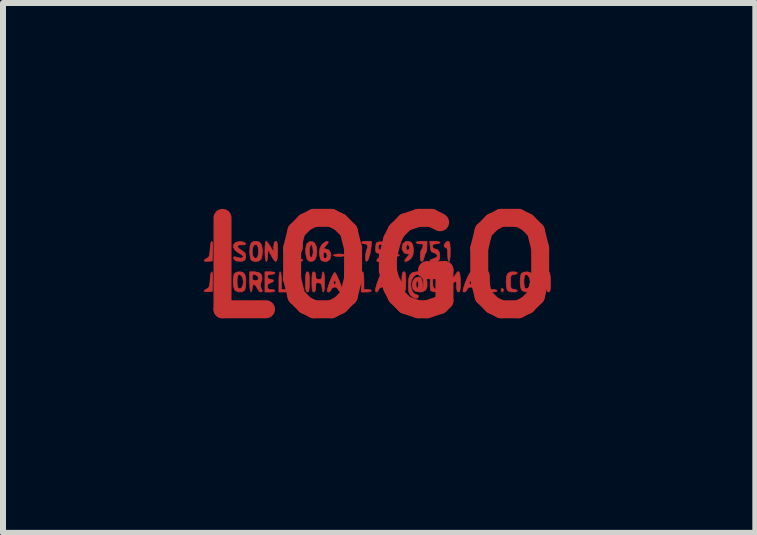
<source format=kicad_pcb>
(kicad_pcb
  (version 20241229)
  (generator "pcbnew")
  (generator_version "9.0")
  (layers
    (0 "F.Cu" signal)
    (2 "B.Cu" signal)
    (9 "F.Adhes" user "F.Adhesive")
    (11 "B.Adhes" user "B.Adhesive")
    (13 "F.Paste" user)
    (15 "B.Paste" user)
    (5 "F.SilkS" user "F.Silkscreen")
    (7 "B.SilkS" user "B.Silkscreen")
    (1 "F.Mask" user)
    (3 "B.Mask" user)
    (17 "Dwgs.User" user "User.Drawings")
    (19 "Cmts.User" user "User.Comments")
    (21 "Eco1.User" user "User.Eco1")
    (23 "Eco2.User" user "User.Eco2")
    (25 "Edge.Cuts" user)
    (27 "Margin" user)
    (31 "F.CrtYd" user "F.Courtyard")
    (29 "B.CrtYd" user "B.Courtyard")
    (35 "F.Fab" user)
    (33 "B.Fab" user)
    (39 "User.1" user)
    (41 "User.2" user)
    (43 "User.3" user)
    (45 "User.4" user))
  (footprint "LOGO"
    (layer "F.Cu")
    (at 3.273 1.418)
    (property "Reference" "LOGO" (at 0 0 0) (layer "F.Cu") (effects (font (size 1.524 1.524) (thickness 0.3))))
    (attr through_hole)
    (fp_poly (pts (xy 2.072 0.356) (xy 2.074 0.37) (xy 2.063 0.399) (xy 2.053 0.402) (xy 2.034 0.385) (xy 2.032 0.37) (xy 2.043 0.342) (xy 2.053 0.339) (xy 2.072 0.356)) (stroke (width 0.01) (type solid)) (fill yes) (layer "F.Cu"))
    (fp_poly (pts (xy -0.61 -0.229) (xy -0.576 -0.218) (xy -0.572 -0.212) (xy -0.59 -0.199) (xy -0.638 -0.191) (xy -0.667 -0.191) (xy -0.724 -0.195) (xy -0.758 -0.205) (xy -0.762 -0.212) (xy -0.743 -0.224) (xy -0.695 -0.232) (xy -0.667 -0.233) (xy -0.61 -0.229)) (stroke (width 0.01) (type solid)) (fill yes) (layer "F.Cu"))
    (fp_poly (pts (xy 0.3 -0.229) (xy 0.334 -0.218) (xy 0.339 -0.212) (xy 0.32 -0.199) (xy 0.272 -0.191) (xy 0.243 -0.191) (xy 0.187 -0.195) (xy 0.153 -0.205) (xy 0.148 -0.212) (xy 0.167 -0.224) (xy 0.215 -0.232) (xy 0.243 -0.233) (xy 0.3 -0.229)) (stroke (width 0.01) (type solid)) (fill yes) (layer "F.Cu"))
    (fp_poly (pts (xy -1.18 0.071) (xy -1.17 0.1) (xy -1.165 0.158) (xy -1.164 0.233) (xy -1.166 0.32) (xy -1.171 0.372) (xy -1.182 0.397) (xy -1.196 0.402) (xy -1.212 0.394) (xy -1.222 0.365) (xy -1.227 0.308) (xy -1.228 0.233) (xy -1.226 0.146) (xy -1.221 0.094) (xy -1.21 0.069) (xy -1.196 0.064) (xy -1.18 0.071)) (stroke (width 0.01) (type solid)) (fill yes) (layer "F.Cu"))
    (fp_poly (pts (xy 1.741 0.071) (xy 1.751 0.1) (xy 1.756 0.158) (xy 1.757 0.233) (xy 1.755 0.32) (xy 1.75 0.372) (xy 1.739 0.397) (xy 1.725 0.402) (xy 1.709 0.394) (xy 1.699 0.365) (xy 1.694 0.308) (xy 1.693 0.233) (xy 1.695 0.146) (xy 1.7 0.094) (xy 1.711 0.069) (xy 1.725 0.064) (xy 1.741 0.071)) (stroke (width 0.01) (type solid)) (fill yes) (layer "F.Cu"))
    (fp_poly (pts (xy -1.64 0.083) (xy -1.633 0.136) (xy -1.63 0.212) (xy -1.63 0.36) (xy -1.566 0.36) (xy -1.522 0.366) (xy -1.503 0.381) (xy -1.503 0.381) (xy -1.522 0.394) (xy -1.569 0.402) (xy -1.587 0.402) (xy -1.672 0.402) (xy -1.672 0.233) (xy -1.67 0.149) (xy -1.663 0.09) (xy -1.653 0.064) (xy -1.651 0.064) (xy -1.64 0.083)) (stroke (width 0.01) (type solid)) (fill yes) (layer "F.Cu"))
    (fp_poly (pts (xy -1.407 0.083) (xy -1.4 0.136) (xy -1.397 0.212) (xy -1.397 0.36) (xy -1.333 0.36) (xy -1.289 0.366) (xy -1.27 0.381) (xy -1.27 0.381) (xy -1.289 0.394) (xy -1.336 0.402) (xy -1.355 0.402) (xy -1.439 0.402) (xy -1.439 0.233) (xy -1.437 0.149) (xy -1.43 0.09) (xy -1.42 0.064) (xy -1.418 0.064) (xy -1.407 0.083)) (stroke (width 0.01) (type solid)) (fill yes) (layer "F.Cu"))
    (fp_poly (pts (xy -0.264 0.083) (xy -0.257 0.136) (xy -0.254 0.212) (xy -0.254 0.36) (xy -0.191 0.36) (xy -0.146 0.366) (xy -0.127 0.381) (xy -0.127 0.381) (xy -0.146 0.394) (xy -0.193 0.402) (xy -0.212 0.402) (xy -0.296 0.402) (xy -0.296 0.233) (xy -0.294 0.149) (xy -0.287 0.09) (xy -0.277 0.064) (xy -0.275 0.064) (xy -0.264 0.083)) (stroke (width 0.01) (type solid)) (fill yes) (layer "F.Cu"))
    (fp_poly (pts (xy 1.831 0.083) (xy 1.839 0.136) (xy 1.841 0.212) (xy 1.841 0.36) (xy 1.905 0.36) (xy 1.95 0.366) (xy 1.968 0.381) (xy 1.968 0.381) (xy 1.95 0.394) (xy 1.903 0.402) (xy 1.884 0.402) (xy 1.799 0.402) (xy 1.799 0.233) (xy 1.802 0.149) (xy 1.808 0.09) (xy 1.818 0.064) (xy 1.82 0.064) (xy 1.831 0.083)) (stroke (width 0.01) (type solid)) (fill yes) (layer "F.Cu"))
    (fp_poly (pts (xy -2.782 -0.425) (xy -2.777 -0.369) (xy -2.777 -0.285) (xy -2.777 -0.28) (xy -2.783 -0.116) (xy -2.852 -0.11) (xy -2.899 -0.11) (xy -2.921 -0.119) (xy -2.921 -0.121) (xy -2.904 -0.142) (xy -2.873 -0.159) (xy -2.846 -0.177) (xy -2.831 -0.207) (xy -2.823 -0.262) (xy -2.819 -0.312) (xy -2.813 -0.381) (xy -2.803 -0.429) (xy -2.792 -0.445) (xy -2.782 -0.425)) (stroke (width 0.01) (type solid)) (fill yes) (layer "F.Cu"))
    (fp_poly (pts (xy -2.782 0.083) (xy -2.777 0.139) (xy -2.777 0.223) (xy -2.777 0.228) (xy -2.783 0.392) (xy -2.852 0.398) (xy -2.899 0.398) (xy -2.921 0.389) (xy -2.921 0.387) (xy -2.904 0.366) (xy -2.873 0.349) (xy -2.846 0.331) (xy -2.831 0.301) (xy -2.823 0.246) (xy -2.819 0.196) (xy -2.813 0.127) (xy -2.803 0.079) (xy -2.792 0.064) (xy -2.782 0.083)) (stroke (width 0.01) (type solid)) (fill yes) (layer "F.Cu"))
    (fp_poly (pts (xy 1.164 -0.441) (xy 1.179 -0.401) (xy 1.185 -0.323) (xy 1.185 -0.275) (xy 1.183 -0.191) (xy 1.176 -0.132) (xy 1.166 -0.106) (xy 1.164 -0.106) (xy 1.153 -0.125) (xy 1.145 -0.174) (xy 1.143 -0.222) (xy 1.14 -0.292) (xy 1.13 -0.329) (xy 1.111 -0.339) (xy 1.084 -0.353) (xy 1.084 -0.387) (xy 1.105 -0.419) (xy 1.14 -0.446) (xy 1.164 -0.441)) (stroke (width 0.01) (type solid)) (fill yes) (layer "F.Cu"))
    (fp_poly (pts (xy -0.134 -0.355) (xy -0.142 -0.291) (xy -0.151 -0.242) (xy -0.154 -0.233) (xy -0.169 -0.184) (xy -0.173 -0.161) (xy -0.191 -0.122) (xy -0.207 -0.111) (xy -0.223 -0.118) (xy -0.229 -0.157) (xy -0.227 -0.198) (xy -0.22 -0.259) (xy -0.21 -0.301) (xy -0.206 -0.309) (xy -0.193 -0.342) (xy -0.191 -0.363) (xy -0.205 -0.394) (xy -0.243 -0.402) (xy -0.283 -0.409) (xy -0.296 -0.423) (xy -0.278 -0.437) (xy -0.231 -0.444) (xy -0.211 -0.445) (xy -0.127 -0.445) (xy -0.134 -0.355)) (stroke (width 0.01) (type solid)) (fill yes) (layer "F.Cu"))
    (fp_poly (pts (xy 2.289 0.07) (xy 2.306 0.086) (xy 2.285 0.102) (xy 2.249 0.11) (xy 2.216 0.116) (xy 2.198 0.134) (xy 2.192 0.172) (xy 2.191 0.233) (xy 2.192 0.3) (xy 2.2 0.335) (xy 2.219 0.351) (xy 2.249 0.356) (xy 2.291 0.367) (xy 2.307 0.382) (xy 2.289 0.397) (xy 2.247 0.402) (xy 2.196 0.398) (xy 2.154 0.385) (xy 2.142 0.377) (xy 2.128 0.343) (xy 2.119 0.282) (xy 2.117 0.233) (xy 2.122 0.147) (xy 2.142 0.095) (xy 2.182 0.069) (xy 2.237 0.064) (xy 2.289 0.07)) (stroke (width 0.01) (type solid)) (fill yes) (layer "F.Cu"))
    (fp_poly (pts (xy 0.796 -0.349) (xy 0.792 -0.292) (xy 0.783 -0.258) (xy 0.779 -0.254) (xy 0.766 -0.236) (xy 0.752 -0.19) (xy 0.75 -0.18) (xy 0.732 -0.123) (xy 0.71 -0.105) (xy 0.692 -0.125) (xy 0.685 -0.182) (xy 0.685 -0.196) (xy 0.69 -0.254) (xy 0.698 -0.291) (xy 0.701 -0.296) (xy 0.717 -0.323) (xy 0.729 -0.355) (xy 0.734 -0.388) (xy 0.714 -0.4) (xy 0.679 -0.402) (xy 0.634 -0.408) (xy 0.614 -0.423) (xy 0.614 -0.423) (xy 0.633 -0.436) (xy 0.68 -0.444) (xy 0.706 -0.445) (xy 0.798 -0.445) (xy 0.796 -0.349)) (stroke (width 0.01) (type solid)) (fill yes) (layer "F.Cu"))
    (fp_poly (pts (xy -1.767 0.068) (xy -1.738 0.08) (xy -1.736 0.085) (xy -1.754 0.1) (xy -1.798 0.106) (xy -1.799 0.106) (xy -1.846 0.112) (xy -1.862 0.137) (xy -1.863 0.148) (xy -1.851 0.181) (xy -1.809 0.19) (xy -1.808 0.191) (xy -1.769 0.2) (xy -1.764 0.222) (xy -1.79 0.243) (xy -1.817 0.25) (xy -1.854 0.27) (xy -1.863 0.308) (xy -1.856 0.345) (xy -1.826 0.359) (xy -1.799 0.36) (xy -1.755 0.366) (xy -1.736 0.381) (xy -1.736 0.381) (xy -1.754 0.394) (xy -1.801 0.402) (xy -1.82 0.402) (xy -1.905 0.402) (xy -1.905 0.064) (xy -1.82 0.064) (xy -1.767 0.068)) (stroke (width 0.01) (type solid)) (fill yes) (layer "F.Cu"))
    (fp_poly (pts (xy -1.709 -0.437) (xy -1.699 -0.408) (xy -1.694 -0.35) (xy -1.693 -0.275) (xy -1.697 -0.178) (xy -1.707 -0.123) (xy -1.726 -0.107) (xy -1.755 -0.132) (xy -1.794 -0.195) (xy -1.799 -0.206) (xy -1.852 -0.306) (xy -1.859 -0.206) (xy -1.866 -0.137) (xy -1.877 -0.108) (xy -1.888 -0.114) (xy -1.898 -0.153) (xy -1.904 -0.222) (xy -1.905 -0.275) (xy -1.903 -0.354) (xy -1.897 -0.413) (xy -1.889 -0.443) (xy -1.886 -0.445) (xy -1.865 -0.428) (xy -1.833 -0.385) (xy -1.813 -0.355) (xy -1.758 -0.265) (xy -1.758 -0.355) (xy -1.752 -0.416) (xy -1.736 -0.442) (xy -1.725 -0.445) (xy -1.709 -0.437)) (stroke (width 0.01) (type solid)) (fill yes) (layer "F.Cu"))
    (fp_poly (pts (xy 0.429 0.071) (xy 0.439 0.1) (xy 0.443 0.158) (xy 0.445 0.233) (xy 0.441 0.33) (xy 0.431 0.385) (xy 0.412 0.401) (xy 0.383 0.376) (xy 0.344 0.313) (xy 0.339 0.302) (xy 0.286 0.202) (xy 0.279 0.302) (xy 0.272 0.371) (xy 0.261 0.4) (xy 0.25 0.394) (xy 0.24 0.355) (xy 0.234 0.286) (xy 0.233 0.233) (xy 0.235 0.154) (xy 0.241 0.095) (xy 0.249 0.065) (xy 0.252 0.064) (xy 0.273 0.08) (xy 0.305 0.123) (xy 0.325 0.153) (xy 0.379 0.243) (xy 0.38 0.153) (xy 0.386 0.092) (xy 0.402 0.066) (xy 0.413 0.064) (xy 0.429 0.071)) (stroke (width 0.01) (type solid)) (fill yes) (layer "F.Cu"))
    (fp_poly (pts (xy -1.304 -0.43) (xy -1.281 -0.41) (xy -1.274 -0.375) (xy -1.281 -0.316) (xy -1.307 -0.252) (xy -1.311 -0.246) (xy -1.343 -0.19) (xy -1.352 -0.161) (xy -1.336 -0.15) (xy -1.312 -0.148) (xy -1.278 -0.139) (xy -1.27 -0.127) (xy -1.289 -0.114) (xy -1.336 -0.106) (xy -1.355 -0.106) (xy -1.41 -0.111) (xy -1.438 -0.125) (xy -1.439 -0.13) (xy -1.429 -0.16) (xy -1.402 -0.213) (xy -1.374 -0.26) (xy -1.338 -0.327) (xy -1.325 -0.372) (xy -1.329 -0.385) (xy -1.359 -0.389) (xy -1.382 -0.372) (xy -1.419 -0.342) (xy -1.436 -0.35) (xy -1.436 -0.386) (xy -1.423 -0.419) (xy -1.389 -0.432) (xy -1.355 -0.434) (xy -1.304 -0.43)) (stroke (width 0.01) (type solid)) (fill yes) (layer "F.Cu"))
    (fp_poly (pts (xy -1.078 -0.416) (xy -1.049 -0.36) (xy -1.039 -0.283) (xy -1.049 -0.197) (xy -1.049 -0.196) (xy -1.069 -0.141) (xy -1.098 -0.116) (xy -1.127 -0.11) (xy -1.174 -0.114) (xy -1.202 -0.147) (xy -1.206 -0.159) (xy -1.224 -0.234) (xy -1.225 -0.264) (xy -1.164 -0.264) (xy -1.16 -0.211) (xy -1.151 -0.184) (xy -1.126 -0.177) (xy -1.108 -0.206) (xy -1.101 -0.265) (xy -1.101 -0.271) (xy -1.106 -0.335) (xy -1.118 -0.377) (xy -1.135 -0.391) (xy -1.151 -0.37) (xy -1.161 -0.323) (xy -1.164 -0.264) (xy -1.225 -0.264) (xy -1.226 -0.315) (xy -1.213 -0.384) (xy -1.2 -0.411) (xy -1.155 -0.44) (xy -1.121 -0.441) (xy -1.078 -0.416)) (stroke (width 0.01) (type solid)) (fill yes) (layer "F.Cu"))
    (fp_poly (pts (xy -1.995 -0.43) (xy -1.962 -0.383) (xy -1.948 -0.302) (xy -1.947 -0.275) (xy -1.953 -0.209) (xy -1.965 -0.155) (xy -1.969 -0.147) (xy -2.007 -0.116) (xy -2.062 -0.106) (xy -2.116 -0.118) (xy -2.134 -0.131) (xy -2.148 -0.165) (xy -2.157 -0.226) (xy -2.159 -0.275) (xy -2.116 -0.275) (xy -2.11 -0.214) (xy -2.093 -0.175) (xy -2.057 -0.156) (xy -2.029 -0.175) (xy -2.014 -0.229) (xy -2.011 -0.275) (xy -2.019 -0.348) (xy -2.04 -0.387) (xy -2.071 -0.391) (xy -2.093 -0.375) (xy -2.11 -0.335) (xy -2.116 -0.275) (xy -2.159 -0.275) (xy -2.159 -0.275) (xy -2.153 -0.362) (xy -2.133 -0.415) (xy -2.094 -0.44) (xy -2.05 -0.445) (xy -1.995 -0.43)) (stroke (width 0.01) (type solid)) (fill yes) (layer "F.Cu"))
    (fp_poly (pts (xy -0.392 -0.44) (xy -0.362 -0.428) (xy -0.36 -0.423) (xy -0.378 -0.408) (xy -0.423 -0.402) (xy -0.423 -0.402) (xy -0.47 -0.396) (xy -0.486 -0.371) (xy -0.487 -0.36) (xy -0.472 -0.324) (xy -0.447 -0.318) (xy -0.396 -0.3) (xy -0.367 -0.25) (xy -0.364 -0.187) (xy -0.372 -0.14) (xy -0.395 -0.119) (xy -0.446 -0.11) (xy -0.45 -0.11) (xy -0.501 -0.11) (xy -0.528 -0.12) (xy -0.529 -0.123) (xy -0.511 -0.14) (xy -0.467 -0.155) (xy -0.464 -0.156) (xy -0.417 -0.178) (xy -0.406 -0.21) (xy -0.431 -0.24) (xy -0.466 -0.254) (xy -0.501 -0.269) (xy -0.518 -0.301) (xy -0.525 -0.355) (xy -0.532 -0.445) (xy -0.446 -0.445) (xy -0.392 -0.44)) (stroke (width 0.01) (type solid)) (fill yes) (layer "F.Cu"))
    (fp_poly (pts (xy 0.984 -0.44) (xy 1.014 -0.428) (xy 1.016 -0.423) (xy 0.998 -0.408) (xy 0.953 -0.402) (xy 0.953 -0.402) (xy 0.906 -0.396) (xy 0.89 -0.371) (xy 0.889 -0.36) (xy 0.904 -0.324) (xy 0.929 -0.318) (xy 0.98 -0.3) (xy 1.009 -0.25) (xy 1.012 -0.187) (xy 1.004 -0.14) (xy 0.981 -0.119) (xy 0.93 -0.11) (xy 0.926 -0.11) (xy 0.875 -0.11) (xy 0.848 -0.12) (xy 0.847 -0.123) (xy 0.865 -0.14) (xy 0.909 -0.155) (xy 0.912 -0.156) (xy 0.959 -0.178) (xy 0.97 -0.21) (xy 0.945 -0.24) (xy 0.91 -0.254) (xy 0.875 -0.269) (xy 0.858 -0.301) (xy 0.851 -0.355) (xy 0.844 -0.445) (xy 0.93 -0.445) (xy 0.984 -0.44)) (stroke (width 0.01) (type solid)) (fill yes) (layer "F.Cu"))
    (fp_poly (pts (xy -2.311 -0.44) (xy -2.259 -0.429) (xy -2.229 -0.409) (xy -2.227 -0.406) (xy -2.233 -0.387) (xy -2.272 -0.383) (xy -2.287 -0.385) (xy -2.343 -0.382) (xy -2.363 -0.362) (xy -2.346 -0.33) (xy -2.297 -0.294) (xy -2.247 -0.259) (xy -2.227 -0.226) (xy -2.227 -0.182) (xy -2.236 -0.138) (xy -2.261 -0.117) (xy -2.309 -0.11) (xy -2.38 -0.116) (xy -2.413 -0.137) (xy -2.43 -0.172) (xy -2.414 -0.187) (xy -2.37 -0.178) (xy -2.365 -0.176) (xy -2.313 -0.163) (xy -2.275 -0.172) (xy -2.265 -0.193) (xy -2.282 -0.213) (xy -2.325 -0.241) (xy -2.34 -0.248) (xy -2.401 -0.292) (xy -2.429 -0.342) (xy -2.426 -0.39) (xy -2.394 -0.426) (xy -2.332 -0.441) (xy -2.311 -0.44)) (stroke (width 0.01) (type solid)) (fill yes) (layer "F.Cu"))
    (fp_poly (pts (xy -2.274 0.073) (xy -2.241 0.106) (xy -2.225 0.168) (xy -2.223 0.233) (xy -2.227 0.303) (xy -2.238 0.357) (xy -2.248 0.377) (xy -2.295 0.4) (xy -2.352 0.399) (xy -2.4 0.377) (xy -2.412 0.361) (xy -2.427 0.311) (xy -2.433 0.242) (xy -2.432 0.198) (xy -2.37 0.198) (xy -2.369 0.259) (xy -2.362 0.313) (xy -2.347 0.343) (xy -2.344 0.345) (xy -2.303 0.341) (xy -2.275 0.303) (xy -2.265 0.235) (xy -2.265 0.233) (xy -2.274 0.17) (xy -2.299 0.126) (xy -2.332 0.11) (xy -2.349 0.116) (xy -2.363 0.145) (xy -2.37 0.198) (xy -2.432 0.198) (xy -2.431 0.17) (xy -2.421 0.113) (xy -2.409 0.089) (xy -2.369 0.069) (xy -2.328 0.064) (xy -2.274 0.073)) (stroke (width 0.01) (type solid)) (fill yes) (layer "F.Cu"))
    (fp_poly (pts (xy 0.102 -0.31) (xy 0.102 -0.228) (xy 0.091 -0.175) (xy 0.072 -0.146) (xy 0.034 -0.118) (xy -0.008 -0.106) (xy -0.037 -0.113) (xy -0.042 -0.126) (xy -0.026 -0.151) (xy 0 -0.169) (xy 0.037 -0.199) (xy 0.032 -0.223) (xy -0.012 -0.242) (xy -0.046 -0.255) (xy -0.06 -0.281) (xy -0.06 -0.33) (xy -0.014 -0.33) (xy -0.014 -0.33) (xy 0.012 -0.301) (xy 0.043 -0.301) (xy 0.063 -0.328) (xy 0.064 -0.337) (xy 0.053 -0.379) (xy 0.04 -0.393) (xy 0.009 -0.394) (xy -0.014 -0.368) (xy -0.014 -0.33) (xy -0.06 -0.33) (xy -0.06 -0.332) (xy -0.059 -0.345) (xy -0.053 -0.401) (xy -0.038 -0.426) (xy -0.004 -0.434) (xy 0.021 -0.434) (xy 0.095 -0.434) (xy 0.102 -0.31)) (stroke (width 0.01) (type solid)) (fill yes) (layer "F.Cu"))
    (fp_poly (pts (xy 0.529 -0.431) (xy 0.56 -0.388) (xy 0.571 -0.312) (xy 0.572 -0.296) (xy 0.565 -0.222) (xy 0.541 -0.172) (xy 0.523 -0.152) (xy 0.478 -0.118) (xy 0.441 -0.105) (xy 0.424 -0.117) (xy 0.423 -0.12) (xy 0.436 -0.144) (xy 0.468 -0.182) (xy 0.469 -0.184) (xy 0.499 -0.218) (xy 0.5 -0.231) (xy 0.474 -0.233) (xy 0.474 -0.233) (xy 0.417 -0.25) (xy 0.386 -0.3) (xy 0.381 -0.339) (xy 0.382 -0.344) (xy 0.448 -0.344) (xy 0.453 -0.305) (xy 0.476 -0.296) (xy 0.502 -0.311) (xy 0.504 -0.344) (xy 0.491 -0.381) (xy 0.476 -0.392) (xy 0.457 -0.374) (xy 0.448 -0.344) (xy 0.382 -0.344) (xy 0.397 -0.403) (xy 0.44 -0.439) (xy 0.476 -0.445) (xy 0.529 -0.431)) (stroke (width 0.01) (type solid)) (fill yes) (layer "F.Cu"))
    (fp_poly (pts (xy 1.022 0.069) (xy 1.054 0.079) (xy 1.052 0.093) (xy 1.011 0.106) (xy 0.979 0.11) (xy 0.932 0.116) (xy 0.907 0.131) (xy 0.897 0.167) (xy 0.893 0.22) (xy 0.895 0.299) (xy 0.911 0.339) (xy 0.914 0.342) (xy 0.961 0.359) (xy 0.988 0.339) (xy 0.995 0.296) (xy 0.989 0.252) (xy 0.974 0.233) (xy 0.974 0.233) (xy 0.953 0.217) (xy 0.953 0.212) (xy 0.971 0.196) (xy 1.005 0.191) (xy 1.037 0.194) (xy 1.052 0.211) (xy 1.058 0.254) (xy 1.058 0.296) (xy 1.058 0.402) (xy 0.962 0.402) (xy 0.893 0.396) (xy 0.857 0.377) (xy 0.855 0.373) (xy 0.851 0.338) (xy 0.849 0.275) (xy 0.851 0.209) (xy 0.857 0.074) (xy 0.958 0.068) (xy 1.022 0.069)) (stroke (width 0.01) (type solid)) (fill yes) (layer "F.Cu"))
    (fp_poly (pts (xy 2.53 0.084) (xy 2.536 0.089) (xy 2.551 0.126) (xy 2.559 0.189) (xy 2.56 0.262) (xy 2.553 0.328) (xy 2.54 0.372) (xy 2.536 0.377) (xy 2.489 0.4) (xy 2.432 0.399) (xy 2.384 0.377) (xy 2.371 0.361) (xy 2.357 0.311) (xy 2.35 0.242) (xy 2.352 0.198) (xy 2.414 0.198) (xy 2.414 0.259) (xy 2.422 0.313) (xy 2.436 0.343) (xy 2.439 0.345) (xy 2.48 0.341) (xy 2.508 0.303) (xy 2.519 0.235) (xy 2.519 0.233) (xy 2.509 0.17) (xy 2.485 0.126) (xy 2.452 0.11) (xy 2.435 0.116) (xy 2.421 0.145) (xy 2.414 0.198) (xy 2.352 0.198) (xy 2.353 0.17) (xy 2.363 0.113) (xy 2.375 0.089) (xy 2.421 0.068) (xy 2.48 0.066) (xy 2.53 0.084)) (stroke (width 0.01) (type solid)) (fill yes) (layer "F.Cu"))
    (fp_poly (pts (xy -2.587 -0.416) (xy -2.562 -0.369) (xy -2.533 -0.305) (xy -2.507 -0.235) (xy -2.486 -0.172) (xy -2.477 -0.127) (xy -2.477 -0.123) (xy -2.489 -0.105) (xy -2.516 -0.111) (xy -2.54 -0.134) (xy -2.546 -0.148) (xy -2.575 -0.184) (xy -2.603 -0.191) (xy -2.647 -0.173) (xy -2.661 -0.148) (xy -2.68 -0.119) (xy -2.708 -0.105) (xy -2.728 -0.112) (xy -2.731 -0.123) (xy -2.723 -0.164) (xy -2.704 -0.225) (xy -2.689 -0.265) (xy -2.625 -0.265) (xy -2.613 -0.236) (xy -2.603 -0.233) (xy -2.585 -0.25) (xy -2.582 -0.265) (xy -2.594 -0.293) (xy -2.603 -0.296) (xy -2.622 -0.279) (xy -2.625 -0.265) (xy -2.689 -0.265) (xy -2.678 -0.295) (xy -2.649 -0.36) (xy -2.624 -0.41) (xy -2.605 -0.433) (xy -2.603 -0.434) (xy -2.587 -0.416)) (stroke (width 0.01) (type solid)) (fill yes) (layer "F.Cu"))
    (fp_poly (pts (xy -0.847 -0.433) (xy -0.847 -0.43) (xy -0.86 -0.406) (xy -0.891 -0.368) (xy -0.893 -0.366) (xy -0.923 -0.333) (xy -0.924 -0.32) (xy -0.897 -0.318) (xy -0.897 -0.318) (xy -0.84 -0.3) (xy -0.809 -0.251) (xy -0.804 -0.212) (xy -0.82 -0.147) (xy -0.864 -0.111) (xy -0.9 -0.106) (xy -0.948 -0.117) (xy -0.969 -0.131) (xy -0.985 -0.167) (xy -0.994 -0.225) (xy -0.931 -0.225) (xy -0.926 -0.181) (xy -0.918 -0.163) (xy -0.892 -0.157) (xy -0.872 -0.183) (xy -0.868 -0.211) (xy -0.883 -0.25) (xy -0.9 -0.262) (xy -0.925 -0.259) (xy -0.931 -0.225) (xy -0.994 -0.225) (xy -0.994 -0.226) (xy -0.995 -0.255) (xy -0.988 -0.328) (xy -0.964 -0.378) (xy -0.946 -0.398) (xy -0.901 -0.432) (xy -0.864 -0.445) (xy -0.847 -0.433)) (stroke (width 0.01) (type solid)) (fill yes) (layer "F.Cu"))
    (fp_poly (pts (xy -0.724 0.092) (xy -0.699 0.139) (xy -0.671 0.203) (xy -0.644 0.273) (xy -0.624 0.336) (xy -0.614 0.381) (xy -0.614 0.385) (xy -0.626 0.403) (xy -0.653 0.397) (xy -0.678 0.374) (xy -0.683 0.36) (xy -0.712 0.324) (xy -0.741 0.318) (xy -0.785 0.335) (xy -0.798 0.36) (xy -0.817 0.389) (xy -0.845 0.403) (xy -0.865 0.396) (xy -0.868 0.385) (xy -0.86 0.344) (xy -0.841 0.283) (xy -0.826 0.243) (xy -0.762 0.243) (xy -0.751 0.272) (xy -0.741 0.275) (xy -0.722 0.258) (xy -0.72 0.243) (xy -0.731 0.215) (xy -0.741 0.212) (xy -0.76 0.229) (xy -0.762 0.243) (xy -0.826 0.243) (xy -0.815 0.213) (xy -0.787 0.148) (xy -0.761 0.098) (xy -0.743 0.075) (xy -0.741 0.074) (xy -0.724 0.092)) (stroke (width 0.01) (type solid)) (fill yes) (layer "F.Cu"))
    (fp_poly (pts (xy 0.073 0.082) (xy 0.098 0.129) (xy 0.124 0.194) (xy 0.148 0.263) (xy 0.164 0.326) (xy 0.169 0.364) (xy 0.16 0.397) (xy 0.138 0.396) (xy 0.117 0.362) (xy 0.116 0.36) (xy 0.085 0.324) (xy 0.054 0.318) (xy 0.008 0.334) (xy -0.006 0.36) (xy -0.025 0.392) (xy -0.049 0.402) (xy -0.063 0.384) (xy -0.064 0.377) (xy -0.057 0.334) (xy -0.039 0.271) (xy -0.025 0.231) (xy 0.037 0.231) (xy 0.038 0.268) (xy 0.055 0.275) (xy 0.082 0.266) (xy 0.084 0.259) (xy 0.074 0.229) (xy 0.066 0.215) (xy 0.05 0.202) (xy 0.037 0.228) (xy 0.037 0.231) (xy -0.025 0.231) (xy -0.014 0.201) (xy 0.012 0.135) (xy 0.037 0.086) (xy 0.054 0.064) (xy 0.055 0.064) (xy 0.073 0.082)) (stroke (width 0.01) (type solid)) (fill yes) (layer "F.Cu"))
    (fp_poly (pts (xy 1.541 0.092) (xy 1.566 0.139) (xy 1.594 0.203) (xy 1.621 0.273) (xy 1.641 0.336) (xy 1.651 0.381) (xy 1.651 0.385) (xy 1.639 0.403) (xy 1.612 0.397) (xy 1.587 0.374) (xy 1.581 0.36) (xy 1.553 0.324) (xy 1.524 0.318) (xy 1.48 0.335) (xy 1.467 0.36) (xy 1.448 0.389) (xy 1.42 0.403) (xy 1.4 0.396) (xy 1.397 0.385) (xy 1.404 0.344) (xy 1.424 0.283) (xy 1.438 0.243) (xy 1.503 0.243) (xy 1.514 0.272) (xy 1.524 0.275) (xy 1.543 0.258) (xy 1.545 0.243) (xy 1.534 0.215) (xy 1.524 0.212) (xy 1.505 0.229) (xy 1.503 0.243) (xy 1.438 0.243) (xy 1.45 0.213) (xy 1.478 0.148) (xy 1.504 0.098) (xy 1.522 0.075) (xy 1.524 0.074) (xy 1.541 0.092)) (stroke (width 0.01) (type solid)) (fill yes) (layer "F.Cu"))
    (fp_poly (pts (xy -2.665 0.084) (xy -2.646 0.116) (xy -2.621 0.155) (xy -2.603 0.169) (xy -2.584 0.153) (xy -2.561 0.116) (xy -2.528 0.068) (xy -2.503 0.062) (xy -2.487 0.097) (xy -2.478 0.173) (xy -2.477 0.233) (xy -2.478 0.32) (xy -2.483 0.372) (xy -2.494 0.397) (xy -2.508 0.402) (xy -2.529 0.39) (xy -2.539 0.348) (xy -2.54 0.304) (xy -2.542 0.246) (xy -2.549 0.223) (xy -2.566 0.228) (xy -2.572 0.233) (xy -2.606 0.249) (xy -2.635 0.233) (xy -2.655 0.222) (xy -2.664 0.237) (xy -2.667 0.285) (xy -2.667 0.304) (xy -2.671 0.368) (xy -2.684 0.398) (xy -2.699 0.402) (xy -2.715 0.394) (xy -2.725 0.365) (xy -2.729 0.308) (xy -2.731 0.233) (xy -2.726 0.134) (xy -2.714 0.076) (xy -2.694 0.06) (xy -2.665 0.084)) (stroke (width 0.01) (type solid)) (fill yes) (layer "F.Cu"))
    (fp_poly (pts (xy 1.166 0.084) (xy 1.185 0.116) (xy 1.21 0.155) (xy 1.228 0.169) (xy 1.247 0.153) (xy 1.27 0.116) (xy 1.303 0.068) (xy 1.328 0.062) (xy 1.345 0.097) (xy 1.353 0.173) (xy 1.355 0.233) (xy 1.353 0.32) (xy 1.348 0.372) (xy 1.337 0.397) (xy 1.323 0.402) (xy 1.302 0.39) (xy 1.293 0.348) (xy 1.291 0.304) (xy 1.289 0.246) (xy 1.282 0.223) (xy 1.266 0.228) (xy 1.259 0.233) (xy 1.226 0.249) (xy 1.196 0.233) (xy 1.177 0.222) (xy 1.167 0.237) (xy 1.164 0.285) (xy 1.164 0.304) (xy 1.16 0.368) (xy 1.147 0.398) (xy 1.132 0.402) (xy 1.116 0.394) (xy 1.106 0.365) (xy 1.102 0.308) (xy 1.101 0.233) (xy 1.105 0.134) (xy 1.117 0.076) (xy 1.138 0.06) (xy 1.166 0.084)) (stroke (width 0.01) (type solid)) (fill yes) (layer "F.Cu"))
    (fp_poly (pts (xy 2.669 0.084) (xy 2.688 0.116) (xy 2.713 0.155) (xy 2.731 0.169) (xy 2.75 0.153) (xy 2.773 0.116) (xy 2.806 0.068) (xy 2.831 0.062) (xy 2.847 0.097) (xy 2.856 0.173) (xy 2.857 0.233) (xy 2.856 0.32) (xy 2.851 0.372) (xy 2.84 0.397) (xy 2.826 0.402) (xy 2.805 0.39) (xy 2.795 0.348) (xy 2.794 0.304) (xy 2.792 0.246) (xy 2.785 0.223) (xy 2.768 0.228) (xy 2.762 0.233) (xy 2.728 0.249) (xy 2.699 0.233) (xy 2.679 0.222) (xy 2.67 0.237) (xy 2.667 0.285) (xy 2.667 0.304) (xy 2.663 0.368) (xy 2.65 0.398) (xy 2.635 0.402) (xy 2.619 0.394) (xy 2.609 0.365) (xy 2.605 0.308) (xy 2.603 0.233) (xy 2.608 0.134) (xy 2.62 0.076) (xy 2.64 0.06) (xy 2.669 0.084)) (stroke (width 0.01) (type solid)) (fill yes) (layer "F.Cu"))
    (fp_poly (pts (xy -2.001 0.078) (xy -1.959 0.118) (xy -1.953 0.182) (xy -1.967 0.23) (xy -1.982 0.291) (xy -1.97 0.335) (xy -1.95 0.38) (xy -1.955 0.399) (xy -1.977 0.402) (xy -2.004 0.385) (xy -2.031 0.342) (xy -2.032 0.339) (xy -2.058 0.295) (xy -2.086 0.275) (xy -2.087 0.275) (xy -2.11 0.294) (xy -2.117 0.339) (xy -2.123 0.383) (xy -2.138 0.402) (xy -2.138 0.402) (xy -2.148 0.382) (xy -2.156 0.328) (xy -2.159 0.248) (xy -2.159 0.233) (xy -2.159 0.159) (xy -2.117 0.159) (xy -2.108 0.199) (xy -2.074 0.211) (xy -2.064 0.212) (xy -2.022 0.201) (xy -2.011 0.172) (xy -2.029 0.131) (xy -2.077 0.108) (xy -2.097 0.106) (xy -2.112 0.124) (xy -2.117 0.159) (xy -2.159 0.159) (xy -2.159 0.064) (xy -2.074 0.064) (xy -2.001 0.078)) (stroke (width 0.01) (type solid)) (fill yes) (layer "F.Cu"))
    (fp_poly (pts (xy -0.921 0.083) (xy -0.913 0.137) (xy -0.91 0.218) (xy -0.91 0.233) (xy -0.913 0.317) (xy -0.919 0.376) (xy -0.929 0.402) (xy -0.931 0.402) (xy -0.946 0.384) (xy -0.952 0.338) (xy -0.953 0.331) (xy -0.958 0.279) (xy -0.981 0.256) (xy -1.005 0.249) (xy -1.04 0.246) (xy -1.055 0.263) (xy -1.058 0.309) (xy -1.058 0.32) (xy -1.064 0.378) (xy -1.082 0.401) (xy -1.09 0.402) (xy -1.106 0.394) (xy -1.116 0.365) (xy -1.121 0.308) (xy -1.122 0.233) (xy -1.12 0.146) (xy -1.115 0.094) (xy -1.104 0.069) (xy -1.09 0.064) (xy -1.065 0.082) (xy -1.058 0.127) (xy -1.053 0.172) (xy -1.028 0.189) (xy -1.005 0.191) (xy -0.968 0.184) (xy -0.954 0.155) (xy -0.953 0.127) (xy -0.946 0.082) (xy -0.932 0.064) (xy -0.931 0.064) (xy -0.921 0.083)) (stroke (width 0.01) (type solid)) (fill yes) (layer "F.Cu"))
    (fp_poly (pts (xy -0.432 0.07) (xy -0.39 0.085) (xy -0.385 0.089) (xy -0.364 0.133) (xy -0.362 0.192) (xy -0.377 0.241) (xy -0.383 0.247) (xy -0.395 0.28) (xy -0.383 0.314) (xy -0.364 0.357) (xy -0.36 0.38) (xy -0.37 0.402) (xy -0.394 0.393) (xy -0.423 0.357) (xy -0.434 0.339) (xy -0.462 0.296) (xy -0.486 0.275) (xy -0.487 0.275) (xy -0.502 0.294) (xy -0.508 0.338) (xy -0.508 0.339) (xy -0.517 0.389) (xy -0.54 0.402) (xy -0.556 0.394) (xy -0.566 0.365) (xy -0.57 0.308) (xy -0.572 0.233) (xy -0.572 0.159) (xy -0.508 0.159) (xy -0.498 0.2) (xy -0.467 0.212) (xy -0.426 0.201) (xy -0.412 0.19) (xy -0.413 0.157) (xy -0.438 0.123) (xy -0.475 0.106) (xy -0.479 0.106) (xy -0.502 0.124) (xy -0.508 0.159) (xy -0.572 0.159) (xy -0.572 0.064) (xy -0.491 0.064) (xy -0.432 0.07)) (stroke (width 0.01) (type solid)) (fill yes) (layer "F.Cu"))
    (fp_poly (pts (xy 0.715 0.08) (xy 0.767 0.13) (xy 0.796 0.215) (xy 0.798 0.228) (xy 0.799 0.316) (xy 0.773 0.372) (xy 0.718 0.399) (xy 0.681 0.402) (xy 0.607 0.392) (xy 0.566 0.359) (xy 0.551 0.298) (xy 0.55 0.283) (xy 0.552 0.275) (xy 0.614 0.275) (xy 0.62 0.32) (xy 0.635 0.339) (xy 0.635 0.339) (xy 0.65 0.32) (xy 0.656 0.276) (xy 0.656 0.275) (xy 0.65 0.231) (xy 0.635 0.212) (xy 0.635 0.212) (xy 0.62 0.23) (xy 0.614 0.274) (xy 0.614 0.275) (xy 0.552 0.275) (xy 0.565 0.213) (xy 0.603 0.167) (xy 0.657 0.152) (xy 0.664 0.152) (xy 0.694 0.165) (xy 0.712 0.201) (xy 0.722 0.254) (xy 0.734 0.349) (xy 0.738 0.26) (xy 0.734 0.196) (xy 0.714 0.156) (xy 0.694 0.139) (xy 0.647 0.111) (xy 0.614 0.113) (xy 0.574 0.145) (xy 0.572 0.148) (xy 0.539 0.203) (xy 0.527 0.271) (xy 0.534 0.34) (xy 0.558 0.4) (xy 0.596 0.437) (xy 0.626 0.445) (xy 0.653 0.461) (xy 0.656 0.476) (xy 0.641 0.503) (xy 0.604 0.505) (xy 0.557 0.484) (xy 0.533 0.465) (xy 0.507 0.434) (xy 0.493 0.393) (xy 0.488 0.331) (xy 0.487 0.278) (xy 0.493 0.178) (xy 0.515 0.113) (xy 0.555 0.077) (xy 0.62 0.064) (xy 0.639 0.064) (xy 0.715 0.08)) (stroke (width 0.01) (type solid)) (fill yes) (layer "F.Cu"))
    (fp_poly (pts (xy 2.072 0.356) (xy 2.074 0.37) (xy 2.063 0.399) (xy 2.053 0.402) (xy 2.034 0.385) (xy 2.032 0.37) (xy 2.043 0.342) (xy 2.053 0.339) (xy 2.072 0.356)) (stroke (width 0.01) (type solid)) (fill yes) (layer "F.Mask"))
    (fp_poly (pts (xy -0.61 -0.229) (xy -0.576 -0.218) (xy -0.572 -0.212) (xy -0.59 -0.199) (xy -0.638 -0.191) (xy -0.667 -0.191) (xy -0.724 -0.195) (xy -0.758 -0.205) (xy -0.762 -0.212) (xy -0.743 -0.224) (xy -0.695 -0.232) (xy -0.667 -0.233) (xy -0.61 -0.229)) (stroke (width 0.01) (type solid)) (fill yes) (layer "F.Mask"))
    (fp_poly (pts (xy 0.3 -0.229) (xy 0.334 -0.218) (xy 0.339 -0.212) (xy 0.32 -0.199) (xy 0.272 -0.191) (xy 0.243 -0.191) (xy 0.187 -0.195) (xy 0.153 -0.205) (xy 0.148 -0.212) (xy 0.167 -0.224) (xy 0.215 -0.232) (xy 0.243 -0.233) (xy 0.3 -0.229)) (stroke (width 0.01) (type solid)) (fill yes) (layer "F.Mask"))
    (fp_poly (pts (xy -1.18 0.071) (xy -1.17 0.1) (xy -1.165 0.158) (xy -1.164 0.233) (xy -1.166 0.32) (xy -1.171 0.372) (xy -1.182 0.397) (xy -1.196 0.402) (xy -1.212 0.394) (xy -1.222 0.365) (xy -1.227 0.308) (xy -1.228 0.233) (xy -1.226 0.146) (xy -1.221 0.094) (xy -1.21 0.069) (xy -1.196 0.064) (xy -1.18 0.071)) (stroke (width 0.01) (type solid)) (fill yes) (layer "F.Mask"))
    (fp_poly (pts (xy 1.741 0.071) (xy 1.751 0.1) (xy 1.756 0.158) (xy 1.757 0.233) (xy 1.755 0.32) (xy 1.75 0.372) (xy 1.739 0.397) (xy 1.725 0.402) (xy 1.709 0.394) (xy 1.699 0.365) (xy 1.694 0.308) (xy 1.693 0.233) (xy 1.695 0.146) (xy 1.7 0.094) (xy 1.711 0.069) (xy 1.725 0.064) (xy 1.741 0.071)) (stroke (width 0.01) (type solid)) (fill yes) (layer "F.Mask"))
    (fp_poly (pts (xy -1.64 0.083) (xy -1.633 0.136) (xy -1.63 0.212) (xy -1.63 0.36) (xy -1.566 0.36) (xy -1.522 0.366) (xy -1.503 0.381) (xy -1.503 0.381) (xy -1.522 0.394) (xy -1.569 0.402) (xy -1.587 0.402) (xy -1.672 0.402) (xy -1.672 0.233) (xy -1.67 0.149) (xy -1.663 0.09) (xy -1.653 0.064) (xy -1.651 0.064) (xy -1.64 0.083)) (stroke (width 0.01) (type solid)) (fill yes) (layer "F.Mask"))
    (fp_poly (pts (xy -1.407 0.083) (xy -1.4 0.136) (xy -1.397 0.212) (xy -1.397 0.36) (xy -1.333 0.36) (xy -1.289 0.366) (xy -1.27 0.381) (xy -1.27 0.381) (xy -1.289 0.394) (xy -1.336 0.402) (xy -1.355 0.402) (xy -1.439 0.402) (xy -1.439 0.233) (xy -1.437 0.149) (xy -1.43 0.09) (xy -1.42 0.064) (xy -1.418 0.064) (xy -1.407 0.083)) (stroke (width 0.01) (type solid)) (fill yes) (layer "F.Mask"))
    (fp_poly (pts (xy -0.264 0.083) (xy -0.257 0.136) (xy -0.254 0.212) (xy -0.254 0.36) (xy -0.191 0.36) (xy -0.146 0.366) (xy -0.127 0.381) (xy -0.127 0.381) (xy -0.146 0.394) (xy -0.193 0.402) (xy -0.212 0.402) (xy -0.296 0.402) (xy -0.296 0.233) (xy -0.294 0.149) (xy -0.287 0.09) (xy -0.277 0.064) (xy -0.275 0.064) (xy -0.264 0.083)) (stroke (width 0.01) (type solid)) (fill yes) (layer "F.Mask"))
    (fp_poly (pts (xy 1.831 0.083) (xy 1.839 0.136) (xy 1.841 0.212) (xy 1.841 0.36) (xy 1.905 0.36) (xy 1.95 0.366) (xy 1.968 0.381) (xy 1.968 0.381) (xy 1.95 0.394) (xy 1.903 0.402) (xy 1.884 0.402) (xy 1.799 0.402) (xy 1.799 0.233) (xy 1.802 0.149) (xy 1.808 0.09) (xy 1.818 0.064) (xy 1.82 0.064) (xy 1.831 0.083)) (stroke (width 0.01) (type solid)) (fill yes) (layer "F.Mask"))
    (fp_poly (pts (xy -2.782 -0.425) (xy -2.777 -0.369) (xy -2.777 -0.285) (xy -2.777 -0.28) (xy -2.783 -0.116) (xy -2.852 -0.11) (xy -2.899 -0.11) (xy -2.921 -0.119) (xy -2.921 -0.121) (xy -2.904 -0.142) (xy -2.873 -0.159) (xy -2.846 -0.177) (xy -2.831 -0.207) (xy -2.823 -0.262) (xy -2.819 -0.312) (xy -2.813 -0.381) (xy -2.803 -0.429) (xy -2.792 -0.445) (xy -2.782 -0.425)) (stroke (width 0.01) (type solid)) (fill yes) (layer "F.Mask"))
    (fp_poly (pts (xy -2.782 0.083) (xy -2.777 0.139) (xy -2.777 0.223) (xy -2.777 0.228) (xy -2.783 0.392) (xy -2.852 0.398) (xy -2.899 0.398) (xy -2.921 0.389) (xy -2.921 0.387) (xy -2.904 0.366) (xy -2.873 0.349) (xy -2.846 0.331) (xy -2.831 0.301) (xy -2.823 0.246) (xy -2.819 0.196) (xy -2.813 0.127) (xy -2.803 0.079) (xy -2.792 0.064) (xy -2.782 0.083)) (stroke (width 0.01) (type solid)) (fill yes) (layer "F.Mask"))
    (fp_poly (pts (xy 1.164 -0.441) (xy 1.179 -0.401) (xy 1.185 -0.323) (xy 1.185 -0.275) (xy 1.183 -0.191) (xy 1.176 -0.132) (xy 1.166 -0.106) (xy 1.164 -0.106) (xy 1.153 -0.125) (xy 1.145 -0.174) (xy 1.143 -0.222) (xy 1.14 -0.292) (xy 1.13 -0.329) (xy 1.111 -0.339) (xy 1.084 -0.353) (xy 1.084 -0.387) (xy 1.105 -0.419) (xy 1.14 -0.446) (xy 1.164 -0.441)) (stroke (width 0.01) (type solid)) (fill yes) (layer "F.Mask"))
    (fp_poly (pts (xy -0.134 -0.355) (xy -0.142 -0.291) (xy -0.151 -0.242) (xy -0.154 -0.233) (xy -0.169 -0.184) (xy -0.173 -0.161) (xy -0.191 -0.122) (xy -0.207 -0.111) (xy -0.223 -0.118) (xy -0.229 -0.157) (xy -0.227 -0.198) (xy -0.22 -0.259) (xy -0.21 -0.301) (xy -0.206 -0.309) (xy -0.193 -0.342) (xy -0.191 -0.363) (xy -0.205 -0.394) (xy -0.243 -0.402) (xy -0.283 -0.409) (xy -0.296 -0.423) (xy -0.278 -0.437) (xy -0.231 -0.444) (xy -0.211 -0.445) (xy -0.127 -0.445) (xy -0.134 -0.355)) (stroke (width 0.01) (type solid)) (fill yes) (layer "F.Mask"))
    (fp_poly (pts (xy 2.289 0.07) (xy 2.306 0.086) (xy 2.285 0.102) (xy 2.249 0.11) (xy 2.216 0.116) (xy 2.198 0.134) (xy 2.192 0.172) (xy 2.191 0.233) (xy 2.192 0.3) (xy 2.2 0.335) (xy 2.219 0.351) (xy 2.249 0.356) (xy 2.291 0.367) (xy 2.307 0.382) (xy 2.289 0.397) (xy 2.247 0.402) (xy 2.196 0.398) (xy 2.154 0.385) (xy 2.142 0.377) (xy 2.128 0.343) (xy 2.119 0.282) (xy 2.117 0.233) (xy 2.122 0.147) (xy 2.142 0.095) (xy 2.182 0.069) (xy 2.237 0.064) (xy 2.289 0.07)) (stroke (width 0.01) (type solid)) (fill yes) (layer "F.Mask"))
    (fp_poly (pts (xy 0.796 -0.349) (xy 0.792 -0.292) (xy 0.783 -0.258) (xy 0.779 -0.254) (xy 0.766 -0.236) (xy 0.752 -0.19) (xy 0.75 -0.18) (xy 0.732 -0.123) (xy 0.71 -0.105) (xy 0.692 -0.125) (xy 0.685 -0.182) (xy 0.685 -0.196) (xy 0.69 -0.254) (xy 0.698 -0.291) (xy 0.701 -0.296) (xy 0.717 -0.323) (xy 0.729 -0.355) (xy 0.734 -0.388) (xy 0.714 -0.4) (xy 0.679 -0.402) (xy 0.634 -0.408) (xy 0.614 -0.423) (xy 0.614 -0.423) (xy 0.633 -0.436) (xy 0.68 -0.444) (xy 0.706 -0.445) (xy 0.798 -0.445) (xy 0.796 -0.349)) (stroke (width 0.01) (type solid)) (fill yes) (layer "F.Mask"))
    (fp_poly (pts (xy -1.767 0.068) (xy -1.738 0.08) (xy -1.736 0.085) (xy -1.754 0.1) (xy -1.798 0.106) (xy -1.799 0.106) (xy -1.846 0.112) (xy -1.862 0.137) (xy -1.863 0.148) (xy -1.851 0.181) (xy -1.809 0.19) (xy -1.808 0.191) (xy -1.769 0.2) (xy -1.764 0.222) (xy -1.79 0.243) (xy -1.817 0.25) (xy -1.854 0.27) (xy -1.863 0.308) (xy -1.856 0.345) (xy -1.826 0.359) (xy -1.799 0.36) (xy -1.755 0.366) (xy -1.736 0.381) (xy -1.736 0.381) (xy -1.754 0.394) (xy -1.801 0.402) (xy -1.82 0.402) (xy -1.905 0.402) (xy -1.905 0.064) (xy -1.82 0.064) (xy -1.767 0.068)) (stroke (width 0.01) (type solid)) (fill yes) (layer "F.Mask"))
    (fp_poly (pts (xy -1.709 -0.437) (xy -1.699 -0.408) (xy -1.694 -0.35) (xy -1.693 -0.275) (xy -1.697 -0.178) (xy -1.707 -0.123) (xy -1.726 -0.107) (xy -1.755 -0.132) (xy -1.794 -0.195) (xy -1.799 -0.206) (xy -1.852 -0.306) (xy -1.859 -0.206) (xy -1.866 -0.137) (xy -1.877 -0.108) (xy -1.888 -0.114) (xy -1.898 -0.153) (xy -1.904 -0.222) (xy -1.905 -0.275) (xy -1.903 -0.354) (xy -1.897 -0.413) (xy -1.889 -0.443) (xy -1.886 -0.445) (xy -1.865 -0.428) (xy -1.833 -0.385) (xy -1.813 -0.355) (xy -1.758 -0.265) (xy -1.758 -0.355) (xy -1.752 -0.416) (xy -1.736 -0.442) (xy -1.725 -0.445) (xy -1.709 -0.437)) (stroke (width 0.01) (type solid)) (fill yes) (layer "F.Mask"))
    (fp_poly (pts (xy 0.429 0.071) (xy 0.439 0.1) (xy 0.443 0.158) (xy 0.445 0.233) (xy 0.441 0.33) (xy 0.431 0.385) (xy 0.412 0.401) (xy 0.383 0.376) (xy 0.344 0.313) (xy 0.339 0.302) (xy 0.286 0.202) (xy 0.279 0.302) (xy 0.272 0.371) (xy 0.261 0.4) (xy 0.25 0.394) (xy 0.24 0.355) (xy 0.234 0.286) (xy 0.233 0.233) (xy 0.235 0.154) (xy 0.241 0.095) (xy 0.249 0.065) (xy 0.252 0.064) (xy 0.273 0.08) (xy 0.305 0.123) (xy 0.325 0.153) (xy 0.379 0.243) (xy 0.38 0.153) (xy 0.386 0.092) (xy 0.402 0.066) (xy 0.413 0.064) (xy 0.429 0.071)) (stroke (width 0.01) (type solid)) (fill yes) (layer "F.Mask"))
    (fp_poly (pts (xy -1.304 -0.43) (xy -1.281 -0.41) (xy -1.274 -0.375) (xy -1.281 -0.316) (xy -1.307 -0.252) (xy -1.311 -0.246) (xy -1.343 -0.19) (xy -1.352 -0.161) (xy -1.336 -0.15) (xy -1.312 -0.148) (xy -1.278 -0.139) (xy -1.27 -0.127) (xy -1.289 -0.114) (xy -1.336 -0.106) (xy -1.355 -0.106) (xy -1.41 -0.111) (xy -1.438 -0.125) (xy -1.439 -0.13) (xy -1.429 -0.16) (xy -1.402 -0.213) (xy -1.374 -0.26) (xy -1.338 -0.327) (xy -1.325 -0.372) (xy -1.329 -0.385) (xy -1.359 -0.389) (xy -1.382 -0.372) (xy -1.419 -0.342) (xy -1.436 -0.35) (xy -1.436 -0.386) (xy -1.423 -0.419) (xy -1.389 -0.432) (xy -1.355 -0.434) (xy -1.304 -0.43)) (stroke (width 0.01) (type solid)) (fill yes) (layer "F.Mask"))
    (fp_poly (pts (xy -1.078 -0.416) (xy -1.049 -0.36) (xy -1.039 -0.283) (xy -1.049 -0.197) (xy -1.049 -0.196) (xy -1.069 -0.141) (xy -1.098 -0.116) (xy -1.127 -0.11) (xy -1.174 -0.114) (xy -1.202 -0.147) (xy -1.206 -0.159) (xy -1.224 -0.234) (xy -1.225 -0.264) (xy -1.164 -0.264) (xy -1.16 -0.211) (xy -1.151 -0.184) (xy -1.126 -0.177) (xy -1.108 -0.206) (xy -1.101 -0.265) (xy -1.101 -0.271) (xy -1.106 -0.335) (xy -1.118 -0.377) (xy -1.135 -0.391) (xy -1.151 -0.37) (xy -1.161 -0.323) (xy -1.164 -0.264) (xy -1.225 -0.264) (xy -1.226 -0.315) (xy -1.213 -0.384) (xy -1.2 -0.411) (xy -1.155 -0.44) (xy -1.121 -0.441) (xy -1.078 -0.416)) (stroke (width 0.01) (type solid)) (fill yes) (layer "F.Mask"))
    (fp_poly (pts (xy -1.995 -0.43) (xy -1.962 -0.383) (xy -1.948 -0.302) (xy -1.947 -0.275) (xy -1.953 -0.209) (xy -1.965 -0.155) (xy -1.969 -0.147) (xy -2.007 -0.116) (xy -2.062 -0.106) (xy -2.116 -0.118) (xy -2.134 -0.131) (xy -2.148 -0.165) (xy -2.157 -0.226) (xy -2.159 -0.275) (xy -2.116 -0.275) (xy -2.11 -0.214) (xy -2.093 -0.175) (xy -2.057 -0.156) (xy -2.029 -0.175) (xy -2.014 -0.229) (xy -2.011 -0.275) (xy -2.019 -0.348) (xy -2.04 -0.387) (xy -2.071 -0.391) (xy -2.093 -0.375) (xy -2.11 -0.335) (xy -2.116 -0.275) (xy -2.159 -0.275) (xy -2.159 -0.275) (xy -2.153 -0.362) (xy -2.133 -0.415) (xy -2.094 -0.44) (xy -2.05 -0.445) (xy -1.995 -0.43)) (stroke (width 0.01) (type solid)) (fill yes) (layer "F.Mask"))
    (fp_poly (pts (xy -0.392 -0.44) (xy -0.362 -0.428) (xy -0.36 -0.423) (xy -0.378 -0.408) (xy -0.423 -0.402) (xy -0.423 -0.402) (xy -0.47 -0.396) (xy -0.486 -0.371) (xy -0.487 -0.36) (xy -0.472 -0.324) (xy -0.447 -0.318) (xy -0.396 -0.3) (xy -0.367 -0.25) (xy -0.364 -0.187) (xy -0.372 -0.14) (xy -0.395 -0.119) (xy -0.446 -0.11) (xy -0.45 -0.11) (xy -0.501 -0.11) (xy -0.528 -0.12) (xy -0.529 -0.123) (xy -0.511 -0.14) (xy -0.467 -0.155) (xy -0.464 -0.156) (xy -0.417 -0.178) (xy -0.406 -0.21) (xy -0.431 -0.24) (xy -0.466 -0.254) (xy -0.501 -0.269) (xy -0.518 -0.301) (xy -0.525 -0.355) (xy -0.532 -0.445) (xy -0.446 -0.445) (xy -0.392 -0.44)) (stroke (width 0.01) (type solid)) (fill yes) (layer "F.Mask"))
    (fp_poly (pts (xy 0.984 -0.44) (xy 1.014 -0.428) (xy 1.016 -0.423) (xy 0.998 -0.408) (xy 0.953 -0.402) (xy 0.953 -0.402) (xy 0.906 -0.396) (xy 0.89 -0.371) (xy 0.889 -0.36) (xy 0.904 -0.324) (xy 0.929 -0.318) (xy 0.98 -0.3) (xy 1.009 -0.25) (xy 1.012 -0.187) (xy 1.004 -0.14) (xy 0.981 -0.119) (xy 0.93 -0.11) (xy 0.926 -0.11) (xy 0.875 -0.11) (xy 0.848 -0.12) (xy 0.847 -0.123) (xy 0.865 -0.14) (xy 0.909 -0.155) (xy 0.912 -0.156) (xy 0.959 -0.178) (xy 0.97 -0.21) (xy 0.945 -0.24) (xy 0.91 -0.254) (xy 0.875 -0.269) (xy 0.858 -0.301) (xy 0.851 -0.355) (xy 0.844 -0.445) (xy 0.93 -0.445) (xy 0.984 -0.44)) (stroke (width 0.01) (type solid)) (fill yes) (layer "F.Mask"))
    (fp_poly (pts (xy -2.311 -0.44) (xy -2.259 -0.429) (xy -2.229 -0.409) (xy -2.227 -0.406) (xy -2.233 -0.387) (xy -2.272 -0.383) (xy -2.287 -0.385) (xy -2.343 -0.382) (xy -2.363 -0.362) (xy -2.346 -0.33) (xy -2.297 -0.294) (xy -2.247 -0.259) (xy -2.227 -0.226) (xy -2.227 -0.182) (xy -2.236 -0.138) (xy -2.261 -0.117) (xy -2.309 -0.11) (xy -2.38 -0.116) (xy -2.413 -0.137) (xy -2.43 -0.172) (xy -2.414 -0.187) (xy -2.37 -0.178) (xy -2.365 -0.176) (xy -2.313 -0.163) (xy -2.275 -0.172) (xy -2.265 -0.193) (xy -2.282 -0.213) (xy -2.325 -0.241) (xy -2.34 -0.248) (xy -2.401 -0.292) (xy -2.429 -0.342) (xy -2.426 -0.39) (xy -2.394 -0.426) (xy -2.332 -0.441) (xy -2.311 -0.44)) (stroke (width 0.01) (type solid)) (fill yes) (layer "F.Mask"))
    (fp_poly (pts (xy -2.274 0.073) (xy -2.241 0.106) (xy -2.225 0.168) (xy -2.223 0.233) (xy -2.227 0.303) (xy -2.238 0.357) (xy -2.248 0.377) (xy -2.295 0.4) (xy -2.352 0.399) (xy -2.4 0.377) (xy -2.412 0.361) (xy -2.427 0.311) (xy -2.433 0.242) (xy -2.432 0.198) (xy -2.37 0.198) (xy -2.369 0.259) (xy -2.362 0.313) (xy -2.347 0.343) (xy -2.344 0.345) (xy -2.303 0.341) (xy -2.275 0.303) (xy -2.265 0.235) (xy -2.265 0.233) (xy -2.274 0.17) (xy -2.299 0.126) (xy -2.332 0.11) (xy -2.349 0.116) (xy -2.363 0.145) (xy -2.37 0.198) (xy -2.432 0.198) (xy -2.431 0.17) (xy -2.421 0.113) (xy -2.409 0.089) (xy -2.369 0.069) (xy -2.328 0.064) (xy -2.274 0.073)) (stroke (width 0.01) (type solid)) (fill yes) (layer "F.Mask"))
    (fp_poly (pts (xy 0.102 -0.31) (xy 0.102 -0.228) (xy 0.091 -0.175) (xy 0.072 -0.146) (xy 0.034 -0.118) (xy -0.008 -0.106) (xy -0.037 -0.113) (xy -0.042 -0.126) (xy -0.026 -0.151) (xy 0 -0.169) (xy 0.037 -0.199) (xy 0.032 -0.223) (xy -0.012 -0.242) (xy -0.046 -0.255) (xy -0.06 -0.281) (xy -0.06 -0.33) (xy -0.014 -0.33) (xy -0.014 -0.33) (xy 0.012 -0.301) (xy 0.043 -0.301) (xy 0.063 -0.328) (xy 0.064 -0.337) (xy 0.053 -0.379) (xy 0.04 -0.393) (xy 0.009 -0.394) (xy -0.014 -0.368) (xy -0.014 -0.33) (xy -0.06 -0.33) (xy -0.06 -0.332) (xy -0.059 -0.345) (xy -0.053 -0.401) (xy -0.038 -0.426) (xy -0.004 -0.434) (xy 0.021 -0.434) (xy 0.095 -0.434) (xy 0.102 -0.31)) (stroke (width 0.01) (type solid)) (fill yes) (layer "F.Mask"))
    (fp_poly (pts (xy 0.529 -0.431) (xy 0.56 -0.388) (xy 0.571 -0.312) (xy 0.572 -0.296) (xy 0.565 -0.222) (xy 0.541 -0.172) (xy 0.523 -0.152) (xy 0.478 -0.118) (xy 0.441 -0.105) (xy 0.424 -0.117) (xy 0.423 -0.12) (xy 0.436 -0.144) (xy 0.468 -0.182) (xy 0.469 -0.184) (xy 0.499 -0.218) (xy 0.5 -0.231) (xy 0.474 -0.233) (xy 0.474 -0.233) (xy 0.417 -0.25) (xy 0.386 -0.3) (xy 0.381 -0.339) (xy 0.382 -0.344) (xy 0.448 -0.344) (xy 0.453 -0.305) (xy 0.476 -0.296) (xy 0.502 -0.311) (xy 0.504 -0.344) (xy 0.491 -0.381) (xy 0.476 -0.392) (xy 0.457 -0.374) (xy 0.448 -0.344) (xy 0.382 -0.344) (xy 0.397 -0.403) (xy 0.44 -0.439) (xy 0.476 -0.445) (xy 0.529 -0.431)) (stroke (width 0.01) (type solid)) (fill yes) (layer "F.Mask"))
    (fp_poly (pts (xy 1.022 0.069) (xy 1.054 0.079) (xy 1.052 0.093) (xy 1.011 0.106) (xy 0.979 0.11) (xy 0.932 0.116) (xy 0.907 0.131) (xy 0.897 0.167) (xy 0.893 0.22) (xy 0.895 0.299) (xy 0.911 0.339) (xy 0.914 0.342) (xy 0.961 0.359) (xy 0.988 0.339) (xy 0.995 0.296) (xy 0.989 0.252) (xy 0.974 0.233) (xy 0.974 0.233) (xy 0.953 0.217) (xy 0.953 0.212) (xy 0.971 0.196) (xy 1.005 0.191) (xy 1.037 0.194) (xy 1.052 0.211) (xy 1.058 0.254) (xy 1.058 0.296) (xy 1.058 0.402) (xy 0.962 0.402) (xy 0.893 0.396) (xy 0.857 0.377) (xy 0.855 0.373) (xy 0.851 0.338) (xy 0.849 0.275) (xy 0.851 0.209) (xy 0.857 0.074) (xy 0.958 0.068) (xy 1.022 0.069)) (stroke (width 0.01) (type solid)) (fill yes) (layer "F.Mask"))
    (fp_poly (pts (xy 2.53 0.084) (xy 2.536 0.089) (xy 2.551 0.126) (xy 2.559 0.189) (xy 2.56 0.262) (xy 2.553 0.328) (xy 2.54 0.372) (xy 2.536 0.377) (xy 2.489 0.4) (xy 2.432 0.399) (xy 2.384 0.377) (xy 2.371 0.361) (xy 2.357 0.311) (xy 2.35 0.242) (xy 2.352 0.198) (xy 2.414 0.198) (xy 2.414 0.259) (xy 2.422 0.313) (xy 2.436 0.343) (xy 2.439 0.345) (xy 2.48 0.341) (xy 2.508 0.303) (xy 2.519 0.235) (xy 2.519 0.233) (xy 2.509 0.17) (xy 2.485 0.126) (xy 2.452 0.11) (xy 2.435 0.116) (xy 2.421 0.145) (xy 2.414 0.198) (xy 2.352 0.198) (xy 2.353 0.17) (xy 2.363 0.113) (xy 2.375 0.089) (xy 2.421 0.068) (xy 2.48 0.066) (xy 2.53 0.084)) (stroke (width 0.01) (type solid)) (fill yes) (layer "F.Mask"))
    (fp_poly (pts (xy -2.587 -0.416) (xy -2.562 -0.369) (xy -2.533 -0.305) (xy -2.507 -0.235) (xy -2.486 -0.172) (xy -2.477 -0.127) (xy -2.477 -0.123) (xy -2.489 -0.105) (xy -2.516 -0.111) (xy -2.54 -0.134) (xy -2.546 -0.148) (xy -2.575 -0.184) (xy -2.603 -0.191) (xy -2.647 -0.173) (xy -2.661 -0.148) (xy -2.68 -0.119) (xy -2.708 -0.105) (xy -2.728 -0.112) (xy -2.731 -0.123) (xy -2.723 -0.164) (xy -2.704 -0.225) (xy -2.689 -0.265) (xy -2.625 -0.265) (xy -2.613 -0.236) (xy -2.603 -0.233) (xy -2.585 -0.25) (xy -2.582 -0.265) (xy -2.594 -0.293) (xy -2.603 -0.296) (xy -2.622 -0.279) (xy -2.625 -0.265) (xy -2.689 -0.265) (xy -2.678 -0.295) (xy -2.649 -0.36) (xy -2.624 -0.41) (xy -2.605 -0.433) (xy -2.603 -0.434) (xy -2.587 -0.416)) (stroke (width 0.01) (type solid)) (fill yes) (layer "F.Mask"))
    (fp_poly (pts (xy -0.847 -0.433) (xy -0.847 -0.43) (xy -0.86 -0.406) (xy -0.891 -0.368) (xy -0.893 -0.366) (xy -0.923 -0.333) (xy -0.924 -0.32) (xy -0.897 -0.318) (xy -0.897 -0.318) (xy -0.84 -0.3) (xy -0.809 -0.251) (xy -0.804 -0.212) (xy -0.82 -0.147) (xy -0.864 -0.111) (xy -0.9 -0.106) (xy -0.948 -0.117) (xy -0.969 -0.131) (xy -0.985 -0.167) (xy -0.994 -0.225) (xy -0.931 -0.225) (xy -0.926 -0.181) (xy -0.918 -0.163) (xy -0.892 -0.157) (xy -0.872 -0.183) (xy -0.868 -0.211) (xy -0.883 -0.25) (xy -0.9 -0.262) (xy -0.925 -0.259) (xy -0.931 -0.225) (xy -0.994 -0.225) (xy -0.994 -0.226) (xy -0.995 -0.255) (xy -0.988 -0.328) (xy -0.964 -0.378) (xy -0.946 -0.398) (xy -0.901 -0.432) (xy -0.864 -0.445) (xy -0.847 -0.433)) (stroke (width 0.01) (type solid)) (fill yes) (layer "F.Mask"))
    (fp_poly (pts (xy -0.724 0.092) (xy -0.699 0.139) (xy -0.671 0.203) (xy -0.644 0.273) (xy -0.624 0.336) (xy -0.614 0.381) (xy -0.614 0.385) (xy -0.626 0.403) (xy -0.653 0.397) (xy -0.678 0.374) (xy -0.683 0.36) (xy -0.712 0.324) (xy -0.741 0.318) (xy -0.785 0.335) (xy -0.798 0.36) (xy -0.817 0.389) (xy -0.845 0.403) (xy -0.865 0.396) (xy -0.868 0.385) (xy -0.86 0.344) (xy -0.841 0.283) (xy -0.826 0.243) (xy -0.762 0.243) (xy -0.751 0.272) (xy -0.741 0.275) (xy -0.722 0.258) (xy -0.72 0.243) (xy -0.731 0.215) (xy -0.741 0.212) (xy -0.76 0.229) (xy -0.762 0.243) (xy -0.826 0.243) (xy -0.815 0.213) (xy -0.787 0.148) (xy -0.761 0.098) (xy -0.743 0.075) (xy -0.741 0.074) (xy -0.724 0.092)) (stroke (width 0.01) (type solid)) (fill yes) (layer "F.Mask"))
    (fp_poly (pts (xy 0.073 0.082) (xy 0.098 0.129) (xy 0.124 0.194) (xy 0.148 0.263) (xy 0.164 0.326) (xy 0.169 0.364) (xy 0.16 0.397) (xy 0.138 0.396) (xy 0.117 0.362) (xy 0.116 0.36) (xy 0.085 0.324) (xy 0.054 0.318) (xy 0.008 0.334) (xy -0.006 0.36) (xy -0.025 0.392) (xy -0.049 0.402) (xy -0.063 0.384) (xy -0.064 0.377) (xy -0.057 0.334) (xy -0.039 0.271) (xy -0.025 0.231) (xy 0.037 0.231) (xy 0.038 0.268) (xy 0.055 0.275) (xy 0.082 0.266) (xy 0.084 0.259) (xy 0.074 0.229) (xy 0.066 0.215) (xy 0.05 0.202) (xy 0.037 0.228) (xy 0.037 0.231) (xy -0.025 0.231) (xy -0.014 0.201) (xy 0.012 0.135) (xy 0.037 0.086) (xy 0.054 0.064) (xy 0.055 0.064) (xy 0.073 0.082)) (stroke (width 0.01) (type solid)) (fill yes) (layer "F.Mask"))
    (fp_poly (pts (xy 1.541 0.092) (xy 1.566 0.139) (xy 1.594 0.203) (xy 1.621 0.273) (xy 1.641 0.336) (xy 1.651 0.381) (xy 1.651 0.385) (xy 1.639 0.403) (xy 1.612 0.397) (xy 1.587 0.374) (xy 1.581 0.36) (xy 1.553 0.324) (xy 1.524 0.318) (xy 1.48 0.335) (xy 1.467 0.36) (xy 1.448 0.389) (xy 1.42 0.403) (xy 1.4 0.396) (xy 1.397 0.385) (xy 1.404 0.344) (xy 1.424 0.283) (xy 1.438 0.243) (xy 1.503 0.243) (xy 1.514 0.272) (xy 1.524 0.275) (xy 1.543 0.258) (xy 1.545 0.243) (xy 1.534 0.215) (xy 1.524 0.212) (xy 1.505 0.229) (xy 1.503 0.243) (xy 1.438 0.243) (xy 1.45 0.213) (xy 1.478 0.148) (xy 1.504 0.098) (xy 1.522 0.075) (xy 1.524 0.074) (xy 1.541 0.092)) (stroke (width 0.01) (type solid)) (fill yes) (layer "F.Mask"))
    (fp_poly (pts (xy -2.665 0.084) (xy -2.646 0.116) (xy -2.621 0.155) (xy -2.603 0.169) (xy -2.584 0.153) (xy -2.561 0.116) (xy -2.528 0.068) (xy -2.503 0.062) (xy -2.487 0.097) (xy -2.478 0.173) (xy -2.477 0.233) (xy -2.478 0.32) (xy -2.483 0.372) (xy -2.494 0.397) (xy -2.508 0.402) (xy -2.529 0.39) (xy -2.539 0.348) (xy -2.54 0.304) (xy -2.542 0.246) (xy -2.549 0.223) (xy -2.566 0.228) (xy -2.572 0.233) (xy -2.606 0.249) (xy -2.635 0.233) (xy -2.655 0.222) (xy -2.664 0.237) (xy -2.667 0.285) (xy -2.667 0.304) (xy -2.671 0.368) (xy -2.684 0.398) (xy -2.699 0.402) (xy -2.715 0.394) (xy -2.725 0.365) (xy -2.729 0.308) (xy -2.731 0.233) (xy -2.726 0.134) (xy -2.714 0.076) (xy -2.694 0.06) (xy -2.665 0.084)) (stroke (width 0.01) (type solid)) (fill yes) (layer "F.Mask"))
    (fp_poly (pts (xy 1.166 0.084) (xy 1.185 0.116) (xy 1.21 0.155) (xy 1.228 0.169) (xy 1.247 0.153) (xy 1.27 0.116) (xy 1.303 0.068) (xy 1.328 0.062) (xy 1.345 0.097) (xy 1.353 0.173) (xy 1.355 0.233) (xy 1.353 0.32) (xy 1.348 0.372) (xy 1.337 0.397) (xy 1.323 0.402) (xy 1.302 0.39) (xy 1.293 0.348) (xy 1.291 0.304) (xy 1.289 0.246) (xy 1.282 0.223) (xy 1.266 0.228) (xy 1.259 0.233) (xy 1.226 0.249) (xy 1.196 0.233) (xy 1.177 0.222) (xy 1.167 0.237) (xy 1.164 0.285) (xy 1.164 0.304) (xy 1.16 0.368) (xy 1.147 0.398) (xy 1.132 0.402) (xy 1.116 0.394) (xy 1.106 0.365) (xy 1.102 0.308) (xy 1.101 0.233) (xy 1.105 0.134) (xy 1.117 0.076) (xy 1.138 0.06) (xy 1.166 0.084)) (stroke (width 0.01) (type solid)) (fill yes) (layer "F.Mask"))
    (fp_poly (pts (xy 2.669 0.084) (xy 2.688 0.116) (xy 2.713 0.155) (xy 2.731 0.169) (xy 2.75 0.153) (xy 2.773 0.116) (xy 2.806 0.068) (xy 2.831 0.062) (xy 2.847 0.097) (xy 2.856 0.173) (xy 2.857 0.233) (xy 2.856 0.32) (xy 2.851 0.372) (xy 2.84 0.397) (xy 2.826 0.402) (xy 2.805 0.39) (xy 2.795 0.348) (xy 2.794 0.304) (xy 2.792 0.246) (xy 2.785 0.223) (xy 2.768 0.228) (xy 2.762 0.233) (xy 2.728 0.249) (xy 2.699 0.233) (xy 2.679 0.222) (xy 2.67 0.237) (xy 2.667 0.285) (xy 2.667 0.304) (xy 2.663 0.368) (xy 2.65 0.398) (xy 2.635 0.402) (xy 2.619 0.394) (xy 2.609 0.365) (xy 2.605 0.308) (xy 2.603 0.233) (xy 2.608 0.134) (xy 2.62 0.076) (xy 2.64 0.06) (xy 2.669 0.084)) (stroke (width 0.01) (type solid)) (fill yes) (layer "F.Mask"))
    (fp_poly (pts (xy -2.001 0.078) (xy -1.959 0.118) (xy -1.953 0.182) (xy -1.967 0.23) (xy -1.982 0.291) (xy -1.97 0.335) (xy -1.95 0.38) (xy -1.955 0.399) (xy -1.977 0.402) (xy -2.004 0.385) (xy -2.031 0.342) (xy -2.032 0.339) (xy -2.058 0.295) (xy -2.086 0.275) (xy -2.087 0.275) (xy -2.11 0.294) (xy -2.117 0.339) (xy -2.123 0.383) (xy -2.138 0.402) (xy -2.138 0.402) (xy -2.148 0.382) (xy -2.156 0.328) (xy -2.159 0.248) (xy -2.159 0.233) (xy -2.159 0.159) (xy -2.117 0.159) (xy -2.108 0.199) (xy -2.074 0.211) (xy -2.064 0.212) (xy -2.022 0.201) (xy -2.011 0.172) (xy -2.029 0.131) (xy -2.077 0.108) (xy -2.097 0.106) (xy -2.112 0.124) (xy -2.117 0.159) (xy -2.159 0.159) (xy -2.159 0.064) (xy -2.074 0.064) (xy -2.001 0.078)) (stroke (width 0.01) (type solid)) (fill yes) (layer "F.Mask"))
    (fp_poly (pts (xy -0.921 0.083) (xy -0.913 0.137) (xy -0.91 0.218) (xy -0.91 0.233) (xy -0.913 0.317) (xy -0.919 0.376) (xy -0.929 0.402) (xy -0.931 0.402) (xy -0.946 0.384) (xy -0.952 0.338) (xy -0.953 0.331) (xy -0.958 0.279) (xy -0.981 0.256) (xy -1.005 0.249) (xy -1.04 0.246) (xy -1.055 0.263) (xy -1.058 0.309) (xy -1.058 0.32) (xy -1.064 0.378) (xy -1.082 0.401) (xy -1.09 0.402) (xy -1.106 0.394) (xy -1.116 0.365) (xy -1.121 0.308) (xy -1.122 0.233) (xy -1.12 0.146) (xy -1.115 0.094) (xy -1.104 0.069) (xy -1.09 0.064) (xy -1.065 0.082) (xy -1.058 0.127) (xy -1.053 0.172) (xy -1.028 0.189) (xy -1.005 0.191) (xy -0.968 0.184) (xy -0.954 0.155) (xy -0.953 0.127) (xy -0.946 0.082) (xy -0.932 0.064) (xy -0.931 0.064) (xy -0.921 0.083)) (stroke (width 0.01) (type solid)) (fill yes) (layer "F.Mask"))
    (fp_poly (pts (xy -0.432 0.07) (xy -0.39 0.085) (xy -0.385 0.089) (xy -0.364 0.133) (xy -0.362 0.192) (xy -0.377 0.241) (xy -0.383 0.247) (xy -0.395 0.28) (xy -0.383 0.314) (xy -0.364 0.357) (xy -0.36 0.38) (xy -0.37 0.402) (xy -0.394 0.393) (xy -0.423 0.357) (xy -0.434 0.339) (xy -0.462 0.296) (xy -0.486 0.275) (xy -0.487 0.275) (xy -0.502 0.294) (xy -0.508 0.338) (xy -0.508 0.339) (xy -0.517 0.389) (xy -0.54 0.402) (xy -0.556 0.394) (xy -0.566 0.365) (xy -0.57 0.308) (xy -0.572 0.233) (xy -0.572 0.159) (xy -0.508 0.159) (xy -0.498 0.2) (xy -0.467 0.212) (xy -0.426 0.201) (xy -0.412 0.19) (xy -0.413 0.157) (xy -0.438 0.123) (xy -0.475 0.106) (xy -0.479 0.106) (xy -0.502 0.124) (xy -0.508 0.159) (xy -0.572 0.159) (xy -0.572 0.064) (xy -0.491 0.064) (xy -0.432 0.07)) (stroke (width 0.01) (type solid)) (fill yes) (layer "F.Mask"))
    (fp_poly (pts (xy 0.715 0.08) (xy 0.767 0.13) (xy 0.796 0.215) (xy 0.798 0.228) (xy 0.799 0.316) (xy 0.773 0.372) (xy 0.718 0.399) (xy 0.681 0.402) (xy 0.607 0.392) (xy 0.566 0.359) (xy 0.551 0.298) (xy 0.55 0.283) (xy 0.552 0.275) (xy 0.614 0.275) (xy 0.62 0.32) (xy 0.635 0.339) (xy 0.635 0.339) (xy 0.65 0.32) (xy 0.656 0.276) (xy 0.656 0.275) (xy 0.65 0.231) (xy 0.635 0.212) (xy 0.635 0.212) (xy 0.62 0.23) (xy 0.614 0.274) (xy 0.614 0.275) (xy 0.552 0.275) (xy 0.565 0.213) (xy 0.603 0.167) (xy 0.657 0.152) (xy 0.664 0.152) (xy 0.694 0.165) (xy 0.712 0.201) (xy 0.722 0.254) (xy 0.734 0.349) (xy 0.738 0.26) (xy 0.734 0.196) (xy 0.714 0.156) (xy 0.694 0.139) (xy 0.647 0.111) (xy 0.614 0.113) (xy 0.574 0.145) (xy 0.572 0.148) (xy 0.539 0.203) (xy 0.527 0.271) (xy 0.534 0.34) (xy 0.558 0.4) (xy 0.596 0.437) (xy 0.626 0.445) (xy 0.653 0.461) (xy 0.656 0.476) (xy 0.641 0.503) (xy 0.604 0.505) (xy 0.557 0.484) (xy 0.533 0.465) (xy 0.507 0.434) (xy 0.493 0.393) (xy 0.488 0.331) (xy 0.487 0.278) (xy 0.493 0.178) (xy 0.515 0.113) (xy 0.555 0.077) (xy 0.62 0.064) (xy 0.639 0.064) (xy 0.715 0.08)) (stroke (width 0.01) (type solid)) (fill yes) (layer "F.Mask")))
  (gr_rect
    (start -3 -3)
    (end 9.546 5.836)
    (stroke (width 0.1) (type default))
    (fill no)
    (layer "Edge.Cuts")))
</source>
